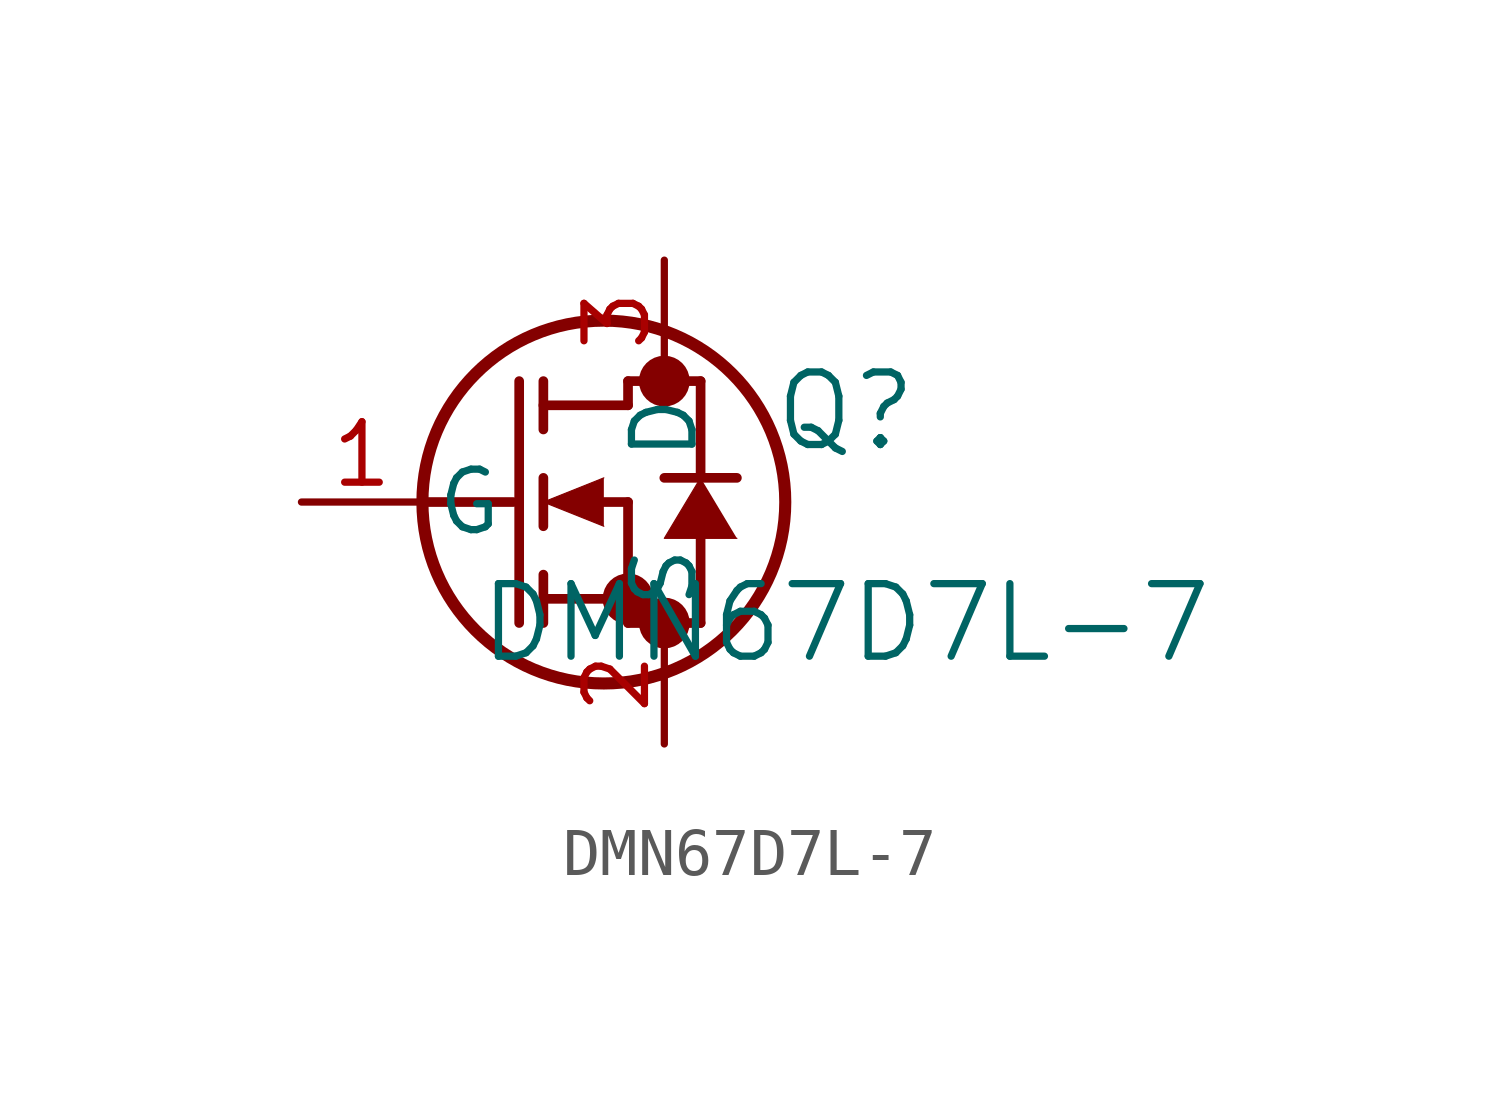
<source format=kicad_sym>
(kicad_symbol_lib
  (version 20220914)
  (generator kicad_symbol_editor)
  (symbol "DMN67D7L-7"
    (pin_names
      (offset 0.254))
    (property "Reference" "Q"
      (at 11.43 1.905 0)
      (effects (font (size 1.524 1.524))))
    (property "Value" "DMN67D7L-7"
      (at 11.43 -2.54 0)
      (effects (font (size 1.524 1.524))))
    (property "ki_locked" ""
      (at 0 0 0)
      (effects (font (size 1.27 1.27))))
    (symbol "DMN67D7L-7_0_1"
      (polyline (pts (xy 2.54 0) (xy 4.445 0)) (stroke (width 0.203) (type default)) (fill (type none)))
      (polyline (pts (xy 4.572 -2.54) (xy 4.572 2.54)) (stroke (width 0.203) (type default)) (fill (type none)))
      (polyline (pts (xy 5.08 -2.54) (xy 5.08 -1.524)) (stroke (width 0.203) (type default)) (fill (type none)))
      (polyline (pts (xy 5.08 -2.032) (xy 6.858 -2.032)) (stroke (width 0.203) (type default)) (fill (type none)))
      (polyline (pts (xy 5.08 -0.508) (xy 5.08 0.508)) (stroke (width 0.203) (type default)) (fill (type none)))
      (polyline (pts (xy 5.08 1.524) (xy 5.08 2.54)) (stroke (width 0.203) (type default)) (fill (type none)))
      (polyline (pts (xy 5.08 2.032) (xy 6.858 2.032)) (stroke (width 0.203) (type default)) (fill (type none)))
      (polyline (pts (xy 6.35 0) (xy 6.858 0)) (stroke (width 0.203) (type default)) (fill (type none)))
      (polyline (pts (xy 6.858 -2.54) (xy 6.858 0)) (stroke (width 0.203) (type default)) (fill (type none)))
      (polyline (pts (xy 6.858 -2.54) (xy 8.382 -2.54)) (stroke (width 0.203) (type default)) (fill (type none)))
      (polyline (pts (xy 6.858 2.032) (xy 6.858 2.54)) (stroke (width 0.203) (type default)) (fill (type none)))
      (polyline (pts (xy 6.858 2.54) (xy 8.382 2.54)) (stroke (width 0.203) (type default)) (fill (type none)))
      (polyline (pts (xy 8.382 -2.54) (xy 8.382 -0.762)) (stroke (width 0.203) (type default)) (fill (type none)))
      (polyline (pts (xy 8.382 0.508) (xy 8.382 2.54)) (stroke (width 0.203) (type default)) (fill (type none)))
      (polyline (pts (xy 9.144 0.508) (xy 7.62 0.508)) (stroke (width 0.203) (type default)) (fill (type none)))
      (polyline (pts (xy 6.35 0.508) (xy 5.08 0) (xy 6.35 -0.508)) (stroke (width 0.025) (type default)) (fill (type outline)))
      (polyline (pts (xy 9.144 -0.762) (xy 7.62 -0.762) (xy 8.382 0.508)) (stroke (width 0.025) (type default)) (fill (type outline)))
      (circle (center 6.35 0) (radius 3.81) (stroke (width 0.254) (type default)) (fill (type none)))
      (circle (center 6.858 -2.032) (radius 0.025) (stroke (width 0.508) (type default)) (fill (type none)))
      (circle (center 7.62 -2.54) (radius 0.025) (stroke (width 0.508) (type default)) (fill (type none)))
      (circle (center 7.62 2.54) (radius 0.025) (stroke (width 0.508) (type default)) (fill (type none))))
    (symbol "DMN67D7L-7_1_1"
      (pin input line (at 0 0 0) (length 2.54) (name "G" (effects (font (size 1.27 1.27)))) (number "1" (effects (font (size 1.27 1.27)))))
      (pin bidirectional line (at 7.62 -5.08 90) (length 2.54) (name "S" (effects (font (size 1.27 1.27)))) (number "2" (effects (font (size 1.27 1.27)))))
      (pin bidirectional line (at 7.62 5.08 270) (length 2.54) (name "D" (effects (font (size 1.27 1.27)))) (number "3" (effects (font (size 1.27 1.27))))))))
</source>
